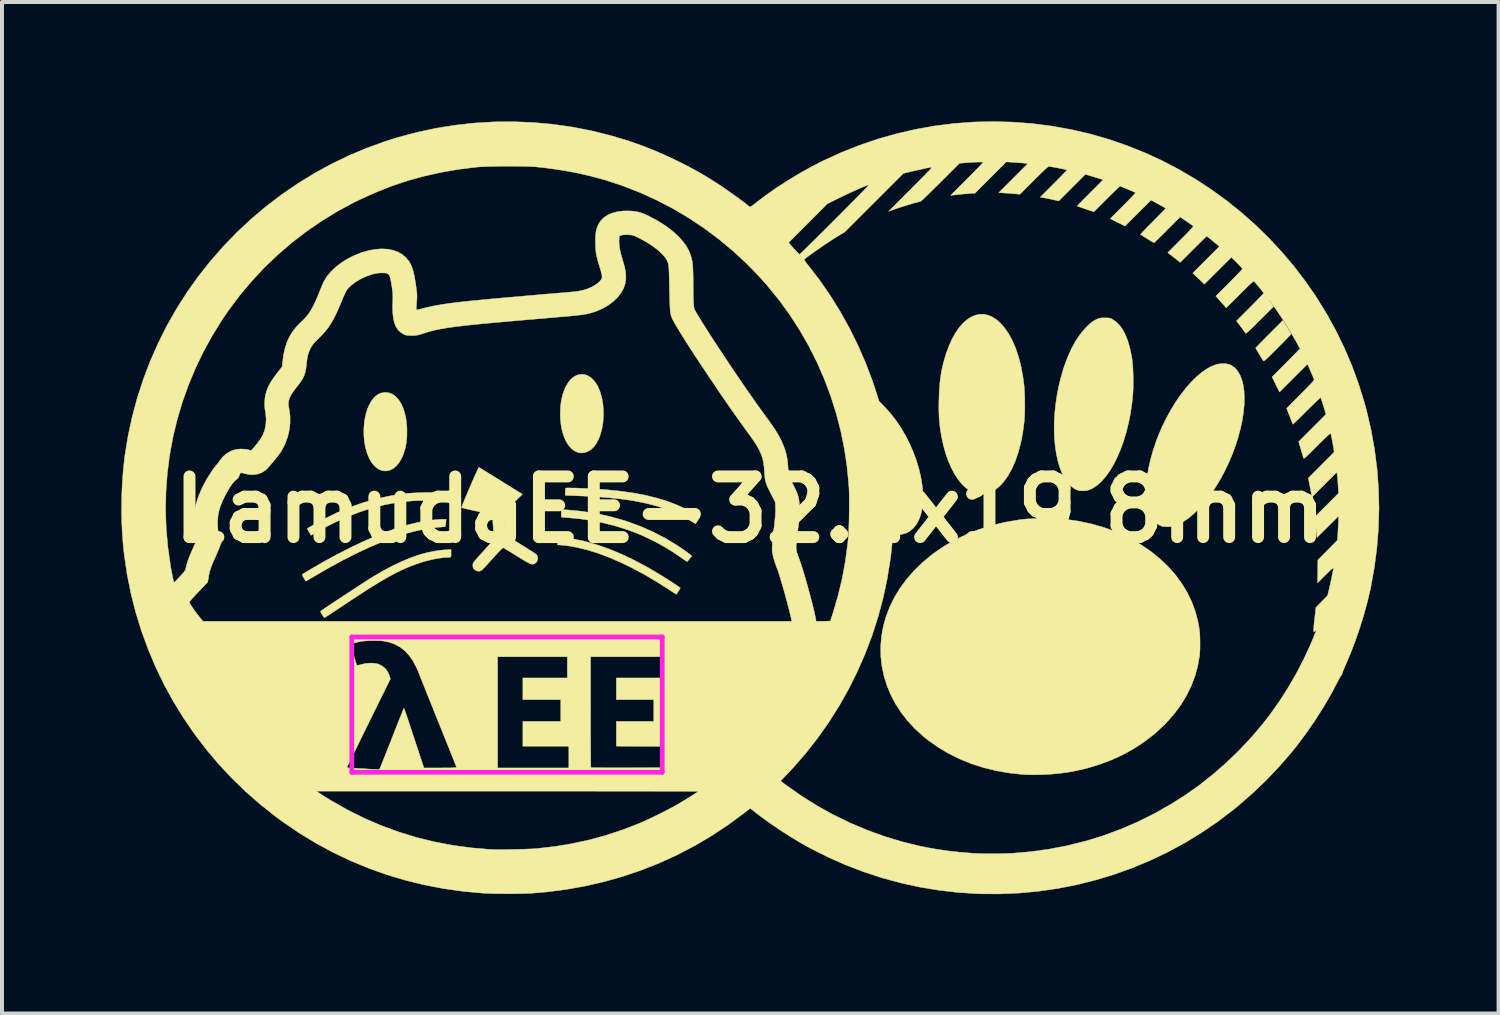
<source format=kicad_pcb>
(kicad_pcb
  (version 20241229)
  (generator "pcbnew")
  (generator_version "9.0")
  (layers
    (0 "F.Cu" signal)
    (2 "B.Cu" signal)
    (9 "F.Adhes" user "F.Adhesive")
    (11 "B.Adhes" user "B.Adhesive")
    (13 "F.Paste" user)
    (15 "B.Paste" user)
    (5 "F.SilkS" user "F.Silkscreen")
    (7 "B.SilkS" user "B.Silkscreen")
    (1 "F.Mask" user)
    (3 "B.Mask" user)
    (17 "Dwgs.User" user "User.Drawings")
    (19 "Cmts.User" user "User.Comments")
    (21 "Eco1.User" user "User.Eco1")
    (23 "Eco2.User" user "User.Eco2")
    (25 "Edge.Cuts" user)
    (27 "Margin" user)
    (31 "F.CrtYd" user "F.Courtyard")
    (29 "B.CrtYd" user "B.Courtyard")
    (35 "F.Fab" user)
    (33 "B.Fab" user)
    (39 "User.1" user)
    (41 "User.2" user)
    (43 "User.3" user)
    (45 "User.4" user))
  (footprint "LamudaEE-32.4x19.8mm"
    (layer "F.Cu")
    (at 15.791 9.757)
    (property "Reference" "LamudaEE-32.4x19.8mm" (at 0 0 0) (layer "F.SilkS") (effects (font (size 1.524 1.524) (thickness 0.3))))
    (attr exclude_from_pos_files exclude_from_bom)
    (fp_poly (pts (xy -4.747 0.694) (xy -4.456 0.731) (xy -4.16 0.792) (xy -3.857 0.877) (xy -3.547 0.984) (xy -3.229 1.115) (xy -2.904 1.27) (xy -2.571 1.448) (xy -2.34 1.582) (xy -2.267 1.627) (xy -2.189 1.675) (xy -2.11 1.725) (xy -2.03 1.775) (xy -1.955 1.824) (xy -1.888 1.868) (xy -1.83 1.907) (xy -1.785 1.938) (xy -1.756 1.958) (xy -1.747 1.967) (xy -1.751 1.981) (xy -1.767 2.01) (xy -1.791 2.047) (xy -1.795 2.052) (xy -1.848 2.129) (xy -2.038 2.003) (xy -2.351 1.805) (xy -2.659 1.624) (xy -2.962 1.462) (xy -3.258 1.319) (xy -3.547 1.195) (xy -3.827 1.091) (xy -4.097 1.008) (xy -4.356 0.946) (xy -4.538 0.914) (xy -4.607 0.904) (xy -4.672 0.897) (xy -4.727 0.891) (xy -4.764 0.889) (xy -4.766 0.889) (xy -4.826 0.889) (xy -4.826 0.686) (xy -4.747 0.694)) (stroke (width 0.01) (type solid)) (fill yes) (layer "F.SilkS"))
    (fp_poly (pts (xy -4.157 -3.397) (xy -4.072 -3.368) (xy -3.99 -3.317) (xy -3.913 -3.242) (xy -3.844 -3.145) (xy -3.809 -3.08) (xy -3.756 -2.948) (xy -3.716 -2.804) (xy -3.69 -2.652) (xy -3.677 -2.495) (xy -3.677 -2.336) (xy -3.69 -2.18) (xy -3.716 -2.03) (xy -3.753 -1.889) (xy -3.803 -1.761) (xy -3.864 -1.65) (xy -3.922 -1.574) (xy -3.998 -1.505) (xy -4.081 -1.456) (xy -4.168 -1.429) (xy -4.257 -1.425) (xy -4.326 -1.44) (xy -4.413 -1.481) (xy -4.493 -1.546) (xy -4.564 -1.631) (xy -4.626 -1.735) (xy -4.677 -1.857) (xy -4.717 -1.994) (xy -4.745 -2.144) (xy -4.76 -2.306) (xy -4.762 -2.411) (xy -4.756 -2.589) (xy -4.735 -2.75) (xy -4.7 -2.898) (xy -4.65 -3.036) (xy -4.628 -3.083) (xy -4.564 -3.193) (xy -4.492 -3.28) (xy -4.413 -3.344) (xy -4.33 -3.384) (xy -4.244 -3.402) (xy -4.157 -3.397)) (stroke (width 0.01) (type solid)) (fill yes) (layer "F.SilkS"))
    (fp_poly (pts (xy 13.452 -4.666) (xy 13.503 -4.585) (xy 13.544 -4.517) (xy 13.576 -4.464) (xy 13.595 -4.428) (xy 13.602 -4.412) (xy 13.593 -4.4) (xy 13.568 -4.373) (xy 13.529 -4.332) (xy 13.478 -4.28) (xy 13.417 -4.217) (xy 13.348 -4.147) (xy 13.272 -4.071) (xy 13.26 -4.059) (xy 13.173 -3.972) (xy 13.102 -3.901) (xy 13.045 -3.845) (xy 13.001 -3.803) (xy 12.968 -3.772) (xy 12.944 -3.752) (xy 12.927 -3.74) (xy 12.916 -3.736) (xy 12.908 -3.737) (xy 12.903 -3.743) (xy 12.9 -3.748) (xy 12.87 -3.795) (xy 12.837 -3.849) (xy 12.804 -3.905) (xy 12.772 -3.958) (xy 12.744 -4.005) (xy 12.724 -4.04) (xy 12.714 -4.06) (xy 12.713 -4.062) (xy 12.721 -4.073) (xy 12.746 -4.099) (xy 12.785 -4.14) (xy 12.836 -4.192) (xy 12.897 -4.254) (xy 12.966 -4.324) (xy 13.042 -4.4) (xy 13.054 -4.412) (xy 13.396 -4.754) (xy 13.452 -4.666)) (stroke (width 0.01) (type solid)) (fill yes) (layer "F.SilkS"))
    (fp_poly (pts (xy -9.062 -2.934) (xy -8.976 -2.899) (xy -8.897 -2.842) (xy -8.825 -2.764) (xy -8.763 -2.666) (xy -8.71 -2.551) (xy -8.668 -2.419) (xy -8.637 -2.271) (xy -8.619 -2.11) (xy -8.614 -2.032) (xy -8.615 -1.842) (xy -8.632 -1.668) (xy -8.666 -1.508) (xy -8.718 -1.358) (xy -8.743 -1.302) (xy -8.803 -1.195) (xy -8.872 -1.108) (xy -8.948 -1.041) (xy -9.031 -0.996) (xy -9.117 -0.973) (xy -9.205 -0.974) (xy -9.22 -0.977) (xy -9.298 -1.002) (xy -9.372 -1.048) (xy -9.437 -1.105) (xy -9.51 -1.196) (xy -9.571 -1.305) (xy -9.62 -1.431) (xy -9.658 -1.569) (xy -9.684 -1.716) (xy -9.697 -1.868) (xy -9.698 -2.024) (xy -9.687 -2.177) (xy -9.664 -2.327) (xy -9.628 -2.469) (xy -9.579 -2.599) (xy -9.517 -2.715) (xy -9.494 -2.749) (xy -9.424 -2.833) (xy -9.349 -2.893) (xy -9.268 -2.93) (xy -9.178 -2.945) (xy -9.156 -2.946) (xy -9.062 -2.934)) (stroke (width 0.01) (type solid)) (fill yes) (layer "F.SilkS"))
    (fp_poly (pts (xy -7.957 -0.427) (xy -7.934 -0.426) (xy -7.785 -0.417) (xy -7.785 -0.338) (xy -7.787 -0.295) (xy -7.791 -0.261) (xy -7.795 -0.246) (xy -7.809 -0.241) (xy -7.845 -0.237) (xy -7.904 -0.235) (xy -7.987 -0.233) (xy -8.093 -0.232) (xy -8.115 -0.232) (xy -8.396 -0.226) (xy -8.663 -0.205) (xy -8.924 -0.17) (xy -9.183 -0.12) (xy -9.45 -0.052) (xy -9.614 -0.004) (xy -9.814 0.063) (xy -10.026 0.144) (xy -10.243 0.237) (xy -10.459 0.337) (xy -10.667 0.442) (xy -10.86 0.549) (xy -10.862 0.55) (xy -11.024 0.645) (xy -11.074 0.562) (xy -11.124 0.478) (xy -11.026 0.419) (xy -10.704 0.238) (xy -10.375 0.077) (xy -10.039 -0.063) (xy -9.7 -0.181) (xy -9.359 -0.277) (xy -9.02 -0.35) (xy -8.683 -0.4) (xy -8.629 -0.406) (xy -8.521 -0.415) (xy -8.402 -0.422) (xy -8.28 -0.427) (xy -8.16 -0.43) (xy -8.05 -0.43) (xy -7.957 -0.427)) (stroke (width 0.01) (type solid)) (fill yes) (layer "F.SilkS"))
    (fp_poly (pts (xy -4.696 0.000131) (xy -4.655 0.002) (xy -4.595 0.006) (xy -4.52 0.012) (xy -4.436 0.019) (xy -4.348 0.028) (xy -4.262 0.037) (xy -4.191 0.046) (xy -3.826 0.103) (xy -3.466 0.184) (xy -3.113 0.286) (xy -2.769 0.411) (xy -2.437 0.556) (xy -2.117 0.721) (xy -1.813 0.906) (xy -1.682 0.994) (xy -1.626 1.034) (xy -1.573 1.072) (xy -1.53 1.104) (xy -1.501 1.126) (xy -1.499 1.128) (xy -1.456 1.164) (xy -1.511 1.233) (xy -1.539 1.268) (xy -1.561 1.293) (xy -1.573 1.305) (xy -1.573 1.305) (xy -1.586 1.299) (xy -1.615 1.28) (xy -1.657 1.252) (xy -1.709 1.216) (xy -1.74 1.194) (xy -1.919 1.073) (xy -2.115 0.952) (xy -2.321 0.836) (xy -2.53 0.73) (xy -2.733 0.636) (xy -2.82 0.599) (xy -3.105 0.494) (xy -3.406 0.402) (xy -3.715 0.326) (xy -4.026 0.266) (xy -4.332 0.224) (xy -4.489 0.21) (xy -4.55 0.205) (xy -4.613 0.2) (xy -4.663 0.195) (xy -4.664 0.195) (xy -4.737 0.188) (xy -4.737 0) (xy -4.696 0.000131)) (stroke (width 0.01) (type solid)) (fill yes) (layer "F.SilkS"))
    (fp_poly (pts (xy -4.442 -0.544) (xy -4.354 -0.542) (xy -4.255 -0.538) (xy -4.148 -0.534) (xy -4.036 -0.528) (xy -3.921 -0.522) (xy -3.806 -0.515) (xy -3.695 -0.507) (xy -3.619 -0.502) (xy -3.264 -0.467) (xy -2.931 -0.42) (xy -2.619 -0.361) (xy -2.328 -0.29) (xy -2.058 -0.206) (xy -1.807 -0.109) (xy -1.575 0.001) (xy -1.361 0.124) (xy -1.348 0.132) (xy -1.255 0.192) (xy -1.277 0.226) (xy -1.317 0.287) (xy -1.345 0.329) (xy -1.361 0.351) (xy -1.364 0.355) (xy -1.374 0.349) (xy -1.402 0.332) (xy -1.441 0.307) (xy -1.467 0.291) (xy -1.652 0.184) (xy -1.857 0.086) (xy -2.075 -0.003) (xy -2.303 -0.079) (xy -2.351 -0.093) (xy -2.526 -0.14) (xy -2.707 -0.181) (xy -2.897 -0.218) (xy -3.099 -0.25) (xy -3.314 -0.277) (xy -3.544 -0.3) (xy -3.793 -0.32) (xy -4.062 -0.336) (xy -4.354 -0.349) (xy -4.397 -0.351) (xy -4.636 -0.359) (xy -4.635 -0.443) (xy -4.634 -0.488) (xy -4.63 -0.523) (xy -4.626 -0.54) (xy -4.611 -0.544) (xy -4.573 -0.545) (xy -4.516 -0.545) (xy -4.442 -0.544)) (stroke (width 0.01) (type solid)) (fill yes) (layer "F.SilkS"))
    (fp_poly (pts (xy -7.638 0.333) (xy -7.642 0.377) (xy -7.646 0.411) (xy -7.649 0.426) (xy -7.649 0.426) (xy -7.662 0.428) (xy -7.696 0.431) (xy -7.745 0.436) (xy -7.807 0.441) (xy -7.831 0.443) (xy -8.081 0.473) (xy -8.344 0.524) (xy -8.622 0.595) (xy -8.913 0.687) (xy -9.218 0.801) (xy -9.537 0.935) (xy -9.871 1.09) (xy -10.218 1.266) (xy -10.58 1.463) (xy -10.954 1.68) (xy -11.016 1.717) (xy -11.071 1.75) (xy -11.114 1.776) (xy -11.142 1.792) (xy -11.152 1.798) (xy -11.161 1.79) (xy -11.179 1.765) (xy -11.202 1.727) (xy -11.207 1.719) (xy -11.229 1.678) (xy -11.243 1.645) (xy -11.245 1.627) (xy -11.244 1.626) (xy -11.23 1.617) (xy -11.198 1.597) (xy -11.151 1.568) (xy -11.093 1.534) (xy -11.03 1.496) (xy -10.683 1.295) (xy -10.345 1.112) (xy -10.017 0.945) (xy -9.701 0.795) (xy -9.397 0.662) (xy -9.106 0.548) (xy -8.828 0.452) (xy -8.565 0.374) (xy -8.317 0.315) (xy -8.195 0.293) (xy -8.084 0.276) (xy -7.972 0.261) (xy -7.866 0.25) (xy -7.772 0.243) (xy -7.706 0.241) (xy -7.629 0.241) (xy -7.638 0.333)) (stroke (width 0.01) (type solid)) (fill yes) (layer "F.SilkS"))
    (fp_poly (pts (xy -7.506 1.097) (xy -7.506 1.146) (xy -7.509 1.175) (xy -7.515 1.189) (xy -7.526 1.194) (xy -7.534 1.194) (xy -7.68 1.203) (xy -7.841 1.225) (xy -8.009 1.258) (xy -8.179 1.302) (xy -8.28 1.333) (xy -8.4 1.374) (xy -8.517 1.419) (xy -8.635 1.467) (xy -8.754 1.521) (xy -8.876 1.581) (xy -9.005 1.648) (xy -9.141 1.724) (xy -9.286 1.809) (xy -9.444 1.905) (xy -9.615 2.012) (xy -9.801 2.133) (xy -10.005 2.267) (xy -10.089 2.323) (xy -10.192 2.392) (xy -10.291 2.457) (xy -10.382 2.517) (xy -10.463 2.571) (xy -10.532 2.617) (xy -10.587 2.653) (xy -10.626 2.678) (xy -10.645 2.69) (xy -10.692 2.719) (xy -10.743 2.639) (xy -10.769 2.598) (xy -10.782 2.572) (xy -10.785 2.557) (xy -10.777 2.546) (xy -10.773 2.542) (xy -10.747 2.524) (xy -10.703 2.494) (xy -10.643 2.454) (xy -10.568 2.404) (xy -10.483 2.347) (xy -10.388 2.284) (xy -10.286 2.217) (xy -10.181 2.148) (xy -10.074 2.078) (xy -9.968 2.008) (xy -9.865 1.941) (xy -9.768 1.878) (xy -9.68 1.82) (xy -9.602 1.77) (xy -9.537 1.729) (xy -9.488 1.698) (xy -9.461 1.681) (xy -9.207 1.534) (xy -8.966 1.407) (xy -8.737 1.298) (xy -8.518 1.207) (xy -8.307 1.134) (xy -8.103 1.078) (xy -7.904 1.038) (xy -7.708 1.013) (xy -7.646 1.009) (xy -7.506 1) (xy -7.506 1.097)) (stroke (width 0.01) (type solid)) (fill yes) (layer "F.SilkS"))
    (fp_poly (pts (xy 11.934 -3.668) (xy 11.996 -3.662) (xy 12.045 -3.651) (xy 12.089 -3.632) (xy 12.102 -3.625) (xy 12.187 -3.565) (xy 12.259 -3.484) (xy 12.319 -3.383) (xy 12.366 -3.265) (xy 12.4 -3.13) (xy 12.421 -2.98) (xy 12.429 -2.817) (xy 12.425 -2.641) (xy 12.408 -2.454) (xy 12.378 -2.257) (xy 12.335 -2.052) (xy 12.279 -1.84) (xy 12.211 -1.622) (xy 12.129 -1.401) (xy 12.107 -1.346) (xy 12.011 -1.124) (xy 11.905 -0.91) (xy 11.791 -0.705) (xy 11.67 -0.512) (xy 11.544 -0.333) (xy 11.415 -0.167) (xy 11.282 -0.019) (xy 11.148 0.112) (xy 11.014 0.222) (xy 10.881 0.312) (xy 10.751 0.378) (xy 10.734 0.385) (xy 10.677 0.405) (xy 10.626 0.418) (xy 10.569 0.425) (xy 10.516 0.427) (xy 10.459 0.428) (xy 10.409 0.426) (xy 10.373 0.423) (xy 10.363 0.421) (xy 10.271 0.377) (xy 10.188 0.312) (xy 10.117 0.226) (xy 10.058 0.122) (xy 10.013 0.001) (xy 10.003 -0.038) (xy 9.973 -0.206) (xy 9.96 -0.391) (xy 9.963 -0.591) (xy 9.983 -0.803) (xy 10.018 -1.025) (xy 10.07 -1.256) (xy 10.136 -1.493) (xy 10.218 -1.734) (xy 10.264 -1.854) (xy 10.36 -2.079) (xy 10.465 -2.296) (xy 10.579 -2.503) (xy 10.7 -2.7) (xy 10.826 -2.883) (xy 10.956 -3.052) (xy 11.09 -3.204) (xy 11.225 -3.338) (xy 11.36 -3.451) (xy 11.493 -3.543) (xy 11.587 -3.594) (xy 11.684 -3.635) (xy 11.773 -3.659) (xy 11.861 -3.669) (xy 11.934 -3.668)) (stroke (width 0.01) (type solid)) (fill yes) (layer "F.SilkS"))
    (fp_poly (pts (xy 5.887 -4.909) (xy 5.996 -4.885) (xy 6.105 -4.837) (xy 6.212 -4.765) (xy 6.292 -4.695) (xy 6.407 -4.564) (xy 6.511 -4.41) (xy 6.605 -4.236) (xy 6.688 -4.041) (xy 6.758 -3.826) (xy 6.817 -3.594) (xy 6.864 -3.343) (xy 6.891 -3.143) (xy 6.899 -3.049) (xy 6.905 -2.937) (xy 6.91 -2.813) (xy 6.912 -2.683) (xy 6.912 -2.553) (xy 6.91 -2.429) (xy 6.905 -2.318) (xy 6.898 -2.226) (xy 6.897 -2.216) (xy 6.861 -1.939) (xy 6.811 -1.68) (xy 6.748 -1.441) (xy 6.673 -1.222) (xy 6.585 -1.023) (xy 6.486 -0.847) (xy 6.474 -0.829) (xy 6.376 -0.694) (xy 6.273 -0.584) (xy 6.166 -0.498) (xy 6.056 -0.436) (xy 5.942 -0.4) (xy 5.825 -0.388) (xy 5.746 -0.394) (xy 5.636 -0.422) (xy 5.529 -0.475) (xy 5.426 -0.55) (xy 5.327 -0.646) (xy 5.233 -0.763) (xy 5.145 -0.898) (xy 5.064 -1.051) (xy 4.99 -1.22) (xy 4.925 -1.404) (xy 4.869 -1.601) (xy 4.823 -1.81) (xy 4.808 -1.896) (xy 4.788 -2.021) (xy 4.773 -2.136) (xy 4.763 -2.246) (xy 4.756 -2.357) (xy 4.752 -2.476) (xy 4.751 -2.607) (xy 4.753 -2.759) (xy 4.754 -2.76) (xy 4.761 -2.969) (xy 4.774 -3.159) (xy 4.795 -3.335) (xy 4.823 -3.503) (xy 4.86 -3.667) (xy 4.907 -3.834) (xy 4.94 -3.937) (xy 5.01 -4.126) (xy 5.087 -4.296) (xy 5.172 -4.446) (xy 5.263 -4.577) (xy 5.359 -4.686) (xy 5.459 -4.775) (xy 5.563 -4.842) (xy 5.669 -4.887) (xy 5.778 -4.909) (xy 5.887 -4.909)) (stroke (width 0.01) (type solid)) (fill yes) (layer "F.SilkS"))
    (fp_poly (pts (xy 8.921 -4.82) (xy 8.985 -4.819) (xy 9.03 -4.815) (xy 9.063 -4.808) (xy 9.093 -4.796) (xy 9.1 -4.792) (xy 9.2 -4.725) (xy 9.291 -4.636) (xy 9.371 -4.525) (xy 9.441 -4.391) (xy 9.502 -4.235) (xy 9.553 -4.056) (xy 9.595 -3.854) (xy 9.609 -3.766) (xy 9.618 -3.689) (xy 9.625 -3.593) (xy 9.631 -3.483) (xy 9.635 -3.364) (xy 9.637 -3.243) (xy 9.637 -3.126) (xy 9.634 -3.017) (xy 9.629 -2.923) (xy 9.628 -2.902) (xy 9.601 -2.65) (xy 9.564 -2.405) (xy 9.516 -2.167) (xy 9.459 -1.938) (xy 9.393 -1.72) (xy 9.319 -1.514) (xy 9.237 -1.322) (xy 9.149 -1.145) (xy 9.055 -0.985) (xy 8.955 -0.844) (xy 8.85 -0.722) (xy 8.742 -0.622) (xy 8.63 -0.545) (xy 8.578 -0.519) (xy 8.523 -0.495) (xy 8.474 -0.482) (xy 8.419 -0.476) (xy 8.389 -0.474) (xy 8.336 -0.474) (xy 8.29 -0.476) (xy 8.258 -0.48) (xy 8.255 -0.481) (xy 8.156 -0.527) (xy 8.066 -0.595) (xy 7.984 -0.684) (xy 7.911 -0.792) (xy 7.846 -0.919) (xy 7.79 -1.062) (xy 7.743 -1.221) (xy 7.705 -1.392) (xy 7.677 -1.576) (xy 7.658 -1.77) (xy 7.649 -1.973) (xy 7.65 -2.183) (xy 7.662 -2.399) (xy 7.683 -2.619) (xy 7.715 -2.843) (xy 7.757 -3.067) (xy 7.81 -3.291) (xy 7.874 -3.514) (xy 7.9 -3.594) (xy 7.987 -3.83) (xy 8.082 -4.042) (xy 8.185 -4.231) (xy 8.297 -4.399) (xy 8.419 -4.546) (xy 8.463 -4.592) (xy 8.522 -4.65) (xy 8.571 -4.693) (xy 8.614 -4.725) (xy 8.658 -4.752) (xy 8.693 -4.77) (xy 8.74 -4.793) (xy 8.777 -4.807) (xy 8.812 -4.815) (xy 8.852 -4.819) (xy 8.908 -4.82) (xy 8.921 -4.82)) (stroke (width 0.01) (type solid)) (fill yes) (layer "F.SilkS"))
    (fp_poly (pts (xy 7.518 0.223) (xy 7.633 0.225) (xy 7.739 0.228) (xy 7.831 0.232) (xy 7.904 0.237) (xy 7.918 0.239) (xy 8.261 0.289) (xy 8.591 0.359) (xy 8.906 0.449) (xy 9.207 0.559) (xy 9.493 0.688) (xy 9.762 0.837) (xy 9.838 0.884) (xy 10.084 1.054) (xy 10.308 1.235) (xy 10.511 1.429) (xy 10.693 1.634) (xy 10.852 1.849) (xy 10.989 2.074) (xy 11.103 2.309) (xy 11.194 2.553) (xy 11.262 2.805) (xy 11.297 3) (xy 11.305 3.076) (xy 11.311 3.171) (xy 11.314 3.277) (xy 11.315 3.387) (xy 11.314 3.493) (xy 11.309 3.589) (xy 11.303 3.667) (xy 11.302 3.671) (xy 11.258 3.928) (xy 11.189 4.181) (xy 11.095 4.427) (xy 10.978 4.666) (xy 10.838 4.898) (xy 10.674 5.121) (xy 10.488 5.335) (xy 10.402 5.423) (xy 10.172 5.634) (xy 9.924 5.826) (xy 9.66 6.001) (xy 9.38 6.156) (xy 9.085 6.292) (xy 8.776 6.407) (xy 8.455 6.503) (xy 8.121 6.578) (xy 8.088 6.584) (xy 7.915 6.611) (xy 7.728 6.633) (xy 7.532 6.65) (xy 7.335 6.66) (xy 7.143 6.663) (xy 6.965 6.66) (xy 6.864 6.655) (xy 6.521 6.618) (xy 6.188 6.56) (xy 5.867 6.481) (xy 5.558 6.381) (xy 5.262 6.26) (xy 4.98 6.119) (xy 4.713 5.958) (xy 4.461 5.778) (xy 4.356 5.692) (xy 4.15 5.505) (xy 3.965 5.305) (xy 3.802 5.095) (xy 3.661 4.876) (xy 3.541 4.649) (xy 3.445 4.415) (xy 3.371 4.175) (xy 3.32 3.93) (xy 3.293 3.682) (xy 3.29 3.431) (xy 3.311 3.179) (xy 3.357 2.927) (xy 3.424 2.686) (xy 3.519 2.44) (xy 3.637 2.2) (xy 3.778 1.969) (xy 3.942 1.747) (xy 4.128 1.534) (xy 4.335 1.332) (xy 4.563 1.142) (xy 4.633 1.089) (xy 4.891 0.913) (xy 5.165 0.756) (xy 5.455 0.617) (xy 5.76 0.497) (xy 6.077 0.397) (xy 6.405 0.318) (xy 6.743 0.259) (xy 6.902 0.239) (xy 6.971 0.233) (xy 7.06 0.229) (xy 7.164 0.226) (xy 7.279 0.224) (xy 7.398 0.223) (xy 7.518 0.223)) (stroke (width 0.01) (type solid)) (fill yes) (layer "F.SilkS"))
    (fp_poly (pts (xy -6.794 -1.057) (xy -6.762 -1.037) (xy -6.713 -1.007) (xy -6.649 -0.967) (xy -6.571 -0.919) (xy -6.482 -0.864) (xy -6.384 -0.804) (xy -6.279 -0.739) (xy -6.256 -0.724) (xy -5.714 -0.387) (xy -5.948 -0.159) (xy -6.182 0.07) (xy -6.158 0.354) (xy -6.151 0.436) (xy -6.145 0.509) (xy -6.139 0.57) (xy -6.135 0.614) (xy -6.132 0.638) (xy -6.131 0.641) (xy -6.12 0.648) (xy -6.09 0.667) (xy -6.043 0.696) (xy -5.981 0.734) (xy -5.909 0.779) (xy -5.827 0.83) (xy -5.753 0.875) (xy -5.664 0.93) (xy -5.582 0.982) (xy -5.508 1.029) (xy -5.446 1.069) (xy -5.398 1.101) (xy -5.367 1.123) (xy -5.357 1.132) (xy -5.332 1.178) (xy -5.327 1.232) (xy -5.339 1.284) (xy -5.367 1.329) (xy -5.399 1.353) (xy -5.422 1.364) (xy -5.444 1.37) (xy -5.468 1.371) (xy -5.496 1.366) (xy -5.531 1.352) (xy -5.575 1.33) (xy -5.632 1.299) (xy -5.704 1.256) (xy -5.793 1.201) (xy -5.849 1.167) (xy -5.932 1.115) (xy -6.008 1.068) (xy -6.075 1.028) (xy -6.131 0.995) (xy -6.171 0.971) (xy -6.194 0.959) (xy -6.198 0.957) (xy -6.211 0.966) (xy -6.24 0.992) (xy -6.283 1.034) (xy -6.337 1.091) (xy -6.402 1.162) (xy -6.47 1.238) (xy -6.536 1.31) (xy -6.596 1.377) (xy -6.651 1.435) (xy -6.696 1.482) (xy -6.73 1.516) (xy -6.75 1.534) (xy -6.754 1.536) (xy -6.81 1.549) (xy -6.869 1.537) (xy -6.892 1.525) (xy -6.933 1.492) (xy -6.954 1.451) (xy -6.96 1.4) (xy -6.959 1.383) (xy -6.958 1.368) (xy -6.953 1.352) (xy -6.943 1.333) (xy -6.926 1.309) (xy -6.901 1.278) (xy -6.866 1.236) (xy -6.819 1.183) (xy -6.759 1.116) (xy -6.683 1.031) (xy -6.681 1.029) (xy -6.62 0.961) (xy -6.564 0.899) (xy -6.516 0.845) (xy -6.478 0.802) (xy -6.452 0.772) (xy -6.441 0.759) (xy -6.436 0.749) (xy -6.432 0.731) (xy -6.431 0.702) (xy -6.432 0.66) (xy -6.435 0.601) (xy -6.44 0.523) (xy -6.446 0.442) (xy -6.453 0.354) (xy -6.46 0.276) (xy -6.468 0.212) (xy -6.474 0.164) (xy -6.48 0.137) (xy -6.482 0.132) (xy -6.498 0.126) (xy -6.535 0.115) (xy -6.59 0.101) (xy -6.661 0.084) (xy -6.744 0.065) (xy -6.836 0.044) (xy -6.864 0.038) (xy -6.958 0.018) (xy -7.043 -0.001) (xy -7.117 -0.019) (xy -7.177 -0.033) (xy -7.22 -0.044) (xy -7.241 -0.05) (xy -7.243 -0.051) (xy -7.24 -0.064) (xy -7.229 -0.097) (xy -7.209 -0.148) (xy -7.183 -0.213) (xy -7.151 -0.289) (xy -7.115 -0.374) (xy -7.077 -0.465) (xy -7.036 -0.559) (xy -6.996 -0.652) (xy -6.956 -0.743) (xy -6.919 -0.828) (xy -6.884 -0.904) (xy -6.855 -0.969) (xy -6.831 -1.019) (xy -6.815 -1.052) (xy -6.807 -1.064) (xy -6.806 -1.064) (xy -6.794 -1.057)) (stroke (width 0.01) (type solid)) (fill yes) (layer "F.SilkS"))
    (fp_poly (pts (xy 6.609 -9.739) (xy 7.1 -9.702) (xy 7.59 -9.639) (xy 8.079 -9.551) (xy 8.09 -9.549) (xy 8.565 -9.438) (xy 9.031 -9.303) (xy 9.487 -9.146) (xy 9.933 -8.967) (xy 10.369 -8.766) (xy 10.793 -8.544) (xy 11.204 -8.303) (xy 11.603 -8.041) (xy 11.988 -7.762) (xy 12.359 -7.463) (xy 12.715 -7.148) (xy 13.055 -6.815) (xy 13.378 -6.467) (xy 13.685 -6.103) (xy 13.974 -5.724) (xy 14.244 -5.331) (xy 14.495 -4.924) (xy 14.726 -4.505) (xy 14.937 -4.073) (xy 15.127 -3.63) (xy 15.294 -3.176) (xy 15.439 -2.712) (xy 15.5 -2.489) (xy 15.613 -2.001) (xy 15.7 -1.512) (xy 15.763 -1.02) (xy 15.8 -0.527) (xy 15.812 -0.033) (xy 15.798 0.462) (xy 15.759 0.957) (xy 15.695 1.451) (xy 15.606 1.946) (xy 15.589 2.026) (xy 15.517 2.329) (xy 15.431 2.643) (xy 15.333 2.96) (xy 15.225 3.275) (xy 15.11 3.579) (xy 14.989 3.866) (xy 14.972 3.905) (xy 14.944 3.968) (xy 14.92 4.026) (xy 14.901 4.074) (xy 14.891 4.106) (xy 14.889 4.111) (xy 14.88 4.143) (xy 14.866 4.162) (xy 14.865 4.163) (xy 14.853 4.178) (xy 14.833 4.21) (xy 14.809 4.254) (xy 14.795 4.28) (xy 14.623 4.607) (xy 14.431 4.938) (xy 14.224 5.267) (xy 14.005 5.586) (xy 13.78 5.89) (xy 13.621 6.09) (xy 13.312 6.447) (xy 12.984 6.793) (xy 12.639 7.123) (xy 12.283 7.434) (xy 12.148 7.544) (xy 11.757 7.841) (xy 11.353 8.117) (xy 10.936 8.371) (xy 10.507 8.603) (xy 10.068 8.813) (xy 9.619 9) (xy 9.162 9.165) (xy 8.696 9.306) (xy 8.224 9.425) (xy 7.745 9.519) (xy 7.261 9.589) (xy 6.772 9.635) (xy 6.28 9.657) (xy 5.786 9.654) (xy 5.734 9.652) (xy 5.244 9.621) (xy 4.758 9.565) (xy 4.275 9.485) (xy 3.797 9.381) (xy 3.325 9.253) (xy 2.861 9.101) (xy 2.405 8.927) (xy 1.96 8.729) (xy 1.525 8.51) (xy 1.295 8.382) (xy 1.029 8.223) (xy 0.762 8.052) (xy 0.502 7.874) (xy 0.256 7.695) (xy 0.098 7.573) (xy 0.013 7.505) (xy -0.149 7.63) (xy -0.548 7.924) (xy -0.96 8.196) (xy -1.383 8.445) (xy -1.817 8.672) (xy -2.261 8.875) (xy -2.716 9.056) (xy -3.18 9.214) (xy -3.653 9.348) (xy -4.135 9.459) (xy -4.624 9.546) (xy -5.121 9.609) (xy -5.48 9.639) (xy -5.565 9.643) (xy -5.669 9.647) (xy -5.79 9.649) (xy -5.921 9.651) (xy -6.059 9.651) (xy -6.197 9.651) (xy -6.331 9.65) (xy -6.457 9.648) (xy -6.569 9.644) (xy -6.662 9.64) (xy -6.687 9.639) (xy -7.188 9.594) (xy -7.682 9.525) (xy -8.169 9.432) (xy -8.647 9.315) (xy -9.118 9.175) (xy -9.58 9.01) (xy -10.032 8.823) (xy -10.475 8.612) (xy -10.907 8.378) (xy -11.329 8.121) (xy -11.739 7.841) (xy -11.906 7.719) (xy -12.295 7.411) (xy -12.666 7.086) (xy -12.678 7.074) (xy -10.89 7.074) (xy -10.788 7.142) (xy -10.741 7.173) (xy -10.679 7.212) (xy -10.608 7.256) (xy -10.535 7.301) (xy -10.496 7.324) (xy -10.089 7.554) (xy -9.675 7.76) (xy -9.252 7.942) (xy -8.82 8.1) (xy -8.38 8.235) (xy -7.931 8.346) (xy -7.473 8.433) (xy -7.005 8.497) (xy -6.527 8.538) (xy -6.502 8.539) (xy -6.443 8.541) (xy -6.362 8.543) (xy -6.264 8.543) (xy -6.154 8.542) (xy -6.035 8.54) (xy -5.913 8.538) (xy -5.791 8.535) (xy -5.673 8.532) (xy -5.565 8.528) (xy -5.469 8.524) (xy -5.391 8.519) (xy -5.347 8.516) (xy -4.899 8.464) (xy -4.466 8.392) (xy -4.043 8.301) (xy -3.627 8.188) (xy -3.216 8.053) (xy -2.804 7.895) (xy -2.797 7.892) (xy -2.703 7.852) (xy -2.592 7.801) (xy -2.469 7.744) (xy -2.339 7.681) (xy -2.208 7.616) (xy -2.081 7.551) (xy -1.963 7.489) (xy -1.859 7.432) (xy -1.814 7.407) (xy -1.75 7.369) (xy -1.68 7.327) (xy -1.608 7.283) (xy -1.536 7.238) (xy -1.467 7.195) (xy -1.406 7.156) (xy -1.356 7.123) (xy -1.318 7.098) (xy -1.298 7.082) (xy -1.295 7.079) (xy -1.308 7.079) (xy -1.345 7.078) (xy -1.406 7.078) (xy -1.489 7.078) (xy -1.595 7.077) (xy -1.721 7.077) (xy -1.868 7.077) (xy -2.034 7.076) (xy -2.218 7.076) (xy -2.42 7.076) (xy -2.638 7.075) (xy -2.872 7.075) (xy -3.121 7.075) (xy -3.385 7.075) (xy -3.661 7.075) (xy -3.949 7.074) (xy -4.249 7.074) (xy -4.56 7.074) (xy -4.88 7.074) (xy -5.209 7.074) (xy -5.546 7.074) (xy -5.89 7.074) (xy -6.093 7.074) (xy -10.89 7.074) (xy -12.678 7.074) (xy -12.942 6.819) (xy 0.773 6.819) (xy 0.917 6.926) (xy 1.301 7.195) (xy 1.698 7.444) (xy 2.106 7.67) (xy 2.525 7.874) (xy 2.954 8.055) (xy 3.391 8.213) (xy 3.835 8.347) (xy 4.261 8.451) (xy 4.509 8.501) (xy 4.757 8.543) (xy 5.008 8.579) (xy 5.27 8.607) (xy 5.548 8.63) (xy 5.709 8.64) (xy 5.774 8.643) (xy 5.859 8.645) (xy 5.959 8.646) (xy 6.068 8.646) (xy 6.182 8.646) (xy 6.294 8.644) (xy 6.401 8.642) (xy 6.495 8.64) (xy 6.573 8.636) (xy 6.585 8.636) (xy 7.061 8.595) (xy 7.529 8.53) (xy 7.99 8.441) (xy 8.443 8.328) (xy 8.888 8.191) (xy 9.324 8.029) (xy 9.753 7.844) (xy 10.172 7.635) (xy 10.583 7.402) (xy 10.941 7.175) (xy 11.296 6.924) (xy 11.643 6.65) (xy 11.979 6.356) (xy 12.301 6.045) (xy 12.607 5.719) (xy 12.894 5.38) (xy 13.082 5.137) (xy 13.31 4.814) (xy 13.527 4.474) (xy 13.732 4.121) (xy 13.919 3.761) (xy 14.087 3.399) (xy 14.174 3.191) (xy 14.197 3.132) (xy 14.217 3.083) (xy 14.23 3.046) (xy 14.237 3.028) (xy 14.237 3.027) (xy 14.229 3.028) (xy 14.21 3.044) (xy 14.207 3.046) (xy 14.176 3.075) (xy 14.17 3.04) (xy 14.169 3.018) (xy 14.172 2.974) (xy 14.176 2.914) (xy 14.183 2.841) (xy 14.192 2.76) (xy 14.195 2.732) (xy 14.227 2.457) (xy 14.373 2.31) (xy 14.519 2.162) (xy 14.549 2.037) (xy 14.563 1.978) (xy 14.579 1.908) (xy 14.596 1.832) (xy 14.613 1.752) (xy 14.629 1.674) (xy 14.644 1.602) (xy 14.656 1.541) (xy 14.664 1.495) (xy 14.668 1.467) (xy 14.668 1.463) (xy 14.66 1.465) (xy 14.636 1.483) (xy 14.598 1.516) (xy 14.55 1.562) (xy 14.491 1.619) (xy 14.468 1.642) (xy 14.268 1.841) (xy 14.276 1.264) (xy 14.767 0.768) (xy 14.775 0.657) (xy 14.778 0.602) (xy 14.782 0.53) (xy 14.786 0.45) (xy 14.79 0.37) (xy 14.791 0.352) (xy 14.798 0.159) (xy 14.525 0.431) (xy 14.252 0.702) (xy 14.244 0.634) (xy 14.241 0.596) (xy 14.235 0.54) (xy 14.228 0.472) (xy 14.22 0.399) (xy 14.218 0.375) (xy 14.198 0.184) (xy 14.797 -0.415) (xy 14.782 -0.63) (xy 14.777 -0.705) (xy 14.771 -0.774) (xy 14.766 -0.833) (xy 14.761 -0.876) (xy 14.759 -0.892) (xy 14.751 -0.94) (xy 14.44 -0.629) (xy 14.129 -0.317) (xy 14.082 -0.556) (xy 14.036 -0.794) (xy 14.36 -1.119) (xy 14.685 -1.445) (xy 14.676 -1.513) (xy 14.67 -1.551) (xy 14.661 -1.604) (xy 14.65 -1.666) (xy 14.637 -1.732) (xy 14.625 -1.795) (xy 14.613 -1.851) (xy 14.604 -1.893) (xy 14.598 -1.916) (xy 14.598 -1.917) (xy 14.587 -1.914) (xy 14.559 -1.892) (xy 14.515 -1.852) (xy 14.453 -1.794) (xy 14.374 -1.717) (xy 14.277 -1.622) (xy 14.256 -1.6) (xy 14.17 -1.514) (xy 14.1 -1.444) (xy 14.044 -1.39) (xy 14.001 -1.348) (xy 13.969 -1.319) (xy 13.946 -1.3) (xy 13.931 -1.29) (xy 13.922 -1.288) (xy 13.916 -1.291) (xy 13.913 -1.299) (xy 13.912 -1.303) (xy 13.905 -1.328) (xy 13.893 -1.372) (xy 13.876 -1.43) (xy 13.857 -1.495) (xy 13.848 -1.524) (xy 13.793 -1.708) (xy 14.137 -2.052) (xy 14.48 -2.396) (xy 14.417 -2.603) (xy 14.395 -2.671) (xy 14.376 -2.731) (xy 14.36 -2.778) (xy 14.349 -2.808) (xy 14.345 -2.817) (xy 14.335 -2.81) (xy 14.309 -2.787) (xy 14.268 -2.749) (xy 14.216 -2.7) (xy 14.154 -2.64) (xy 14.084 -2.571) (xy 14.009 -2.496) (xy 13.995 -2.483) (xy 13.919 -2.407) (xy 13.848 -2.337) (xy 13.785 -2.275) (xy 13.732 -2.223) (xy 13.69 -2.183) (xy 13.662 -2.157) (xy 13.649 -2.147) (xy 13.649 -2.147) (xy 13.643 -2.16) (xy 13.629 -2.193) (xy 13.61 -2.241) (xy 13.586 -2.301) (xy 13.567 -2.349) (xy 13.49 -2.546) (xy 13.84 -2.898) (xy 13.931 -2.99) (xy 14.006 -3.066) (xy 14.066 -3.128) (xy 14.111 -3.176) (xy 14.144 -3.213) (xy 14.166 -3.24) (xy 14.178 -3.258) (xy 14.181 -3.27) (xy 14.181 -3.272) (xy 14.173 -3.292) (xy 14.157 -3.33) (xy 14.135 -3.382) (xy 14.109 -3.443) (xy 14.094 -3.478) (xy 14.016 -3.659) (xy 13.664 -3.307) (xy 13.312 -2.955) (xy 13.125 -3.334) (xy 13.477 -3.689) (xy 13.829 -4.045) (xy 13.737 -4.21) (xy 13.622 -4.412) (xy 13.509 -4.601) (xy 13.39 -4.787) (xy 13.343 -4.858) (xy 13.292 -4.933) (xy 13.241 -5.007) (xy 13.192 -5.078) (xy 13.147 -5.142) (xy 13.107 -5.196) (xy 13.076 -5.237) (xy 13.055 -5.263) (xy 13.046 -5.271) (xy 13.051 -5.261) (xy 13.067 -5.236) (xy 13.091 -5.2) (xy 13.101 -5.186) (xy 13.161 -5.102) (xy 12.815 -4.758) (xy 12.726 -4.669) (xy 12.653 -4.596) (xy 12.594 -4.539) (xy 12.548 -4.496) (xy 12.514 -4.465) (xy 12.489 -4.445) (xy 12.473 -4.434) (xy 12.463 -4.432) (xy 12.458 -4.435) (xy 12.446 -4.453) (xy 12.422 -4.486) (xy 12.389 -4.531) (xy 12.351 -4.584) (xy 12.338 -4.6) (xy 12.231 -4.743) (xy 12.574 -5.086) (xy 12.65 -5.163) (xy 12.721 -5.235) (xy 12.783 -5.299) (xy 12.836 -5.353) (xy 12.877 -5.396) (xy 12.904 -5.426) (xy 12.916 -5.44) (xy 12.916 -5.44) (xy 12.908 -5.453) (xy 12.887 -5.481) (xy 12.857 -5.519) (xy 12.821 -5.564) (xy 12.782 -5.612) (xy 12.744 -5.657) (xy 12.71 -5.696) (xy 12.684 -5.725) (xy 12.672 -5.738) (xy 12.664 -5.738) (xy 12.649 -5.73) (xy 12.626 -5.712) (xy 12.592 -5.683) (xy 12.548 -5.642) (xy 12.491 -5.587) (xy 12.419 -5.516) (xy 12.331 -5.429) (xy 12.314 -5.411) (xy 11.973 -5.071) (xy 11.843 -5.218) (xy 11.712 -5.366) (xy 12.047 -5.702) (xy 12.123 -5.779) (xy 12.193 -5.85) (xy 12.254 -5.913) (xy 12.306 -5.967) (xy 12.346 -6.01) (xy 12.372 -6.038) (xy 12.382 -6.052) (xy 12.383 -6.052) (xy 12.374 -6.065) (xy 12.35 -6.092) (xy 12.315 -6.13) (xy 12.27 -6.176) (xy 12.243 -6.204) (xy 12.103 -6.343) (xy 11.763 -6.005) (xy 11.424 -5.666) (xy 11.278 -5.805) (xy 11.132 -5.944) (xy 11.467 -6.279) (xy 11.802 -6.614) (xy 11.646 -6.742) (xy 11.593 -6.786) (xy 11.547 -6.823) (xy 11.51 -6.851) (xy 11.488 -6.868) (xy 11.483 -6.871) (xy 11.472 -6.862) (xy 11.446 -6.837) (xy 11.405 -6.799) (xy 11.353 -6.748) (xy 11.292 -6.687) (xy 11.222 -6.618) (xy 11.147 -6.543) (xy 11.146 -6.542) (xy 10.817 -6.213) (xy 10.661 -6.336) (xy 10.504 -6.458) (xy 10.83 -6.785) (xy 10.916 -6.871) (xy 10.985 -6.941) (xy 11.039 -6.997) (xy 11.08 -7.04) (xy 11.109 -7.073) (xy 11.128 -7.096) (xy 11.138 -7.112) (xy 11.141 -7.123) (xy 11.138 -7.13) (xy 11.138 -7.13) (xy 11.121 -7.144) (xy 11.087 -7.168) (xy 11.041 -7.201) (xy 10.987 -7.238) (xy 10.967 -7.251) (xy 10.815 -7.354) (xy 10.49 -7.03) (xy 10.416 -6.955) (xy 10.347 -6.887) (xy 10.286 -6.827) (xy 10.234 -6.776) (xy 10.194 -6.738) (xy 10.168 -6.714) (xy 10.158 -6.706) (xy 10.146 -6.712) (xy 10.117 -6.729) (xy 10.075 -6.754) (xy 10.026 -6.784) (xy 9.973 -6.817) (xy 9.922 -6.849) (xy 9.876 -6.878) (xy 9.841 -6.9) (xy 9.821 -6.914) (xy 9.818 -6.916) (xy 9.825 -6.926) (xy 9.849 -6.952) (xy 9.886 -6.992) (xy 9.936 -7.043) (xy 9.995 -7.105) (xy 10.063 -7.173) (xy 10.135 -7.245) (xy 10.209 -7.32) (xy 10.276 -7.388) (xy 10.336 -7.449) (xy 10.385 -7.5) (xy 10.422 -7.539) (xy 10.445 -7.564) (xy 10.452 -7.573) (xy 10.437 -7.583) (xy 10.404 -7.602) (xy 10.36 -7.627) (xy 10.308 -7.656) (xy 10.253 -7.687) (xy 10.202 -7.715) (xy 10.176 -7.729) (xy 10.083 -7.778) (xy 9.757 -7.453) (xy 9.43 -7.127) (xy 9.244 -7.219) (xy 9.057 -7.311) (xy 9.38 -7.634) (xy 9.454 -7.708) (xy 9.521 -7.777) (xy 9.58 -7.838) (xy 9.629 -7.889) (xy 9.665 -7.929) (xy 9.687 -7.954) (xy 9.693 -7.964) (xy 9.678 -7.973) (xy 9.644 -7.989) (xy 9.596 -8.01) (xy 9.541 -8.034) (xy 9.481 -8.059) (xy 9.423 -8.083) (xy 9.372 -8.104) (xy 9.332 -8.119) (xy 9.308 -8.127) (xy 9.305 -8.128) (xy 9.293 -8.119) (xy 9.265 -8.095) (xy 9.223 -8.056) (xy 9.17 -8.005) (xy 9.108 -7.944) (xy 9.038 -7.876) (xy 8.968 -7.806) (xy 8.646 -7.484) (xy 8.441 -7.554) (xy 8.373 -7.578) (xy 8.314 -7.598) (xy 8.268 -7.615) (xy 8.239 -7.625) (xy 8.23 -7.629) (xy 8.238 -7.639) (xy 8.261 -7.664) (xy 8.298 -7.704) (xy 8.348 -7.755) (xy 8.408 -7.816) (xy 8.476 -7.885) (xy 8.551 -7.96) (xy 8.552 -7.962) (xy 8.88 -8.29) (xy 8.736 -8.335) (xy 8.669 -8.356) (xy 8.603 -8.376) (xy 8.544 -8.393) (xy 8.511 -8.403) (xy 8.431 -8.425) (xy 8.097 -8.091) (xy 7.764 -7.757) (xy 7.593 -7.796) (xy 7.525 -7.811) (xy 7.459 -7.824) (xy 7.404 -7.835) (xy 7.365 -7.842) (xy 7.361 -7.843) (xy 7.3 -7.852) (xy 7.64 -8.193) (xy 7.716 -8.269) (xy 7.786 -8.34) (xy 7.848 -8.403) (xy 7.899 -8.456) (xy 7.939 -8.498) (xy 7.965 -8.526) (xy 7.975 -8.538) (xy 7.975 -8.539) (xy 7.962 -8.542) (xy 7.928 -8.549) (xy 7.879 -8.559) (xy 7.82 -8.571) (xy 7.755 -8.584) (xy 7.689 -8.596) (xy 7.628 -8.608) (xy 7.575 -8.617) (xy 7.536 -8.624) (xy 7.522 -8.626) (xy 7.511 -8.623) (xy 7.493 -8.612) (xy 7.466 -8.591) (xy 7.43 -8.559) (xy 7.382 -8.515) (xy 7.321 -8.456) (xy 7.246 -8.382) (xy 7.155 -8.292) (xy 7.141 -8.277) (xy 6.788 -7.924) (xy 6.661 -7.937) (xy 6.589 -7.943) (xy 6.506 -7.949) (xy 6.426 -7.955) (xy 6.396 -7.957) (xy 6.258 -7.966) (xy 6.988 -8.696) (xy 6.92 -8.704) (xy 6.883 -8.708) (xy 6.827 -8.713) (xy 6.759 -8.718) (xy 6.684 -8.723) (xy 6.649 -8.726) (xy 6.447 -8.739) (xy 6.052 -8.345) (xy 5.658 -7.95) (xy 5.601 -7.95) (xy 5.567 -7.949) (xy 5.514 -7.945) (xy 5.447 -7.939) (xy 5.369 -7.932) (xy 5.288 -7.924) (xy 5.208 -7.915) (xy 5.134 -7.907) (xy 5.113 -7.905) (xy 5.048 -7.897) (xy 5.458 -8.308) (xy 5.542 -8.392) (xy 5.62 -8.471) (xy 5.69 -8.543) (xy 5.752 -8.606) (xy 5.802 -8.658) (xy 5.839 -8.697) (xy 5.861 -8.722) (xy 5.867 -8.73) (xy 5.855 -8.733) (xy 5.822 -8.735) (xy 5.771 -8.735) (xy 5.707 -8.733) (xy 5.633 -8.73) (xy 5.554 -8.726) (xy 5.473 -8.721) (xy 5.394 -8.714) (xy 5.38 -8.713) (xy 5.268 -8.703) (xy 4.79 -8.225) (xy 4.698 -8.134) (xy 4.612 -8.049) (xy 4.533 -7.971) (xy 4.462 -7.902) (xy 4.402 -7.844) (xy 4.353 -7.797) (xy 4.319 -7.765) (xy 4.299 -7.749) (xy 4.296 -7.747) (xy 4.275 -7.743) (xy 4.235 -7.733) (xy 4.178 -7.717) (xy 4.108 -7.698) (xy 4.031 -7.675) (xy 3.95 -7.65) (xy 3.868 -7.625) (xy 3.791 -7.601) (xy 3.721 -7.578) (xy 3.664 -7.558) (xy 3.646 -7.552) (xy 3.488 -7.495) (xy 4.046 -8.053) (xy 4.16 -8.167) (xy 4.257 -8.265) (xy 4.338 -8.347) (xy 4.405 -8.414) (xy 4.458 -8.47) (xy 4.5 -8.513) (xy 4.531 -8.546) (xy 4.552 -8.571) (xy 4.564 -8.588) (xy 4.57 -8.598) (xy 4.569 -8.603) (xy 4.563 -8.605) (xy 4.554 -8.604) (xy 4.553 -8.604) (xy 4.508 -8.596) (xy 4.444 -8.583) (xy 4.366 -8.566) (xy 4.282 -8.548) (xy 4.195 -8.529) (xy 4.112 -8.51) (xy 4.039 -8.493) (xy 3.982 -8.479) (xy 3.976 -8.478) (xy 3.856 -8.447) (xy 3.119 -7.71) (xy 2.381 -6.973) (xy 2.229 -6.882) (xy 2.157 -6.838) (xy 2.073 -6.785) (xy 1.983 -6.725) (xy 1.888 -6.662) (xy 1.791 -6.596) (xy 1.697 -6.531) (xy 1.608 -6.469) (xy 1.528 -6.411) (xy 1.459 -6.36) (xy 1.404 -6.318) (xy 1.368 -6.288) (xy 1.367 -6.287) (xy 1.371 -6.274) (xy 1.388 -6.245) (xy 1.417 -6.205) (xy 1.454 -6.157) (xy 1.464 -6.145) (xy 1.752 -5.772) (xy 2.023 -5.38) (xy 2.276 -4.973) (xy 2.509 -4.553) (xy 2.723 -4.12) (xy 2.915 -3.678) (xy 3.085 -3.229) (xy 3.175 -2.959) (xy 3.249 -2.724) (xy 3.387 -2.584) (xy 3.534 -2.422) (xy 3.672 -2.246) (xy 3.799 -2.058) (xy 3.915 -1.86) (xy 4.019 -1.654) (xy 4.111 -1.444) (xy 4.189 -1.231) (xy 4.253 -1.017) (xy 4.302 -0.806) (xy 4.335 -0.599) (xy 4.352 -0.399) (xy 4.351 -0.208) (xy 4.332 -0.028) (xy 4.298 0.124) (xy 4.249 0.257) (xy 4.186 0.371) (xy 4.111 0.465) (xy 4.023 0.539) (xy 3.925 0.592) (xy 3.818 0.622) (xy 3.702 0.629) (xy 3.665 0.626) (xy 3.624 0.623) (xy 3.603 0.624) (xy 3.595 0.633) (xy 3.594 0.644) (xy 3.593 0.675) (xy 3.589 0.726) (xy 3.583 0.794) (xy 3.575 0.872) (xy 3.566 0.958) (xy 3.557 1.045) (xy 3.547 1.13) (xy 3.538 1.207) (xy 3.53 1.264) (xy 3.452 1.748) (xy 3.349 2.228) (xy 3.223 2.7) (xy 3.073 3.164) (xy 2.9 3.62) (xy 2.705 4.066) (xy 2.489 4.501) (xy 2.25 4.925) (xy 1.991 5.336) (xy 1.711 5.733) (xy 1.412 6.116) (xy 1.092 6.483) (xy 0.923 6.663) (xy 0.773 6.819) (xy -12.942 6.819) (xy -13.018 6.745) (xy -13.267 6.478) (xy -10.122 6.478) (xy -10.111 6.485) (xy -10.082 6.49) (xy -10.062 6.491) (xy -10.033 6.492) (xy -9.983 6.494) (xy -9.915 6.498) (xy -9.835 6.503) (xy -9.746 6.508) (xy -9.658 6.513) (xy -9.568 6.519) (xy -9.485 6.523) (xy -9.414 6.527) (xy -9.359 6.529) (xy -9.322 6.529) (xy -9.307 6.528) (xy -9.307 6.528) (xy -9.301 6.516) (xy -9.286 6.481) (xy -9.264 6.427) (xy -9.235 6.356) (xy -9.2 6.268) (xy -9.16 6.168) (xy -9.115 6.055) (xy -9.067 5.933) (xy -9.016 5.804) (xy -9.004 5.772) (xy -8.952 5.641) (xy -8.903 5.516) (xy -8.857 5.4) (xy -8.816 5.295) (xy -8.779 5.203) (xy -8.749 5.126) (xy -8.725 5.066) (xy -8.708 5.025) (xy -8.7 5.005) (xy -8.699 5.004) (xy -8.697 4.999) (xy -8.695 4.994) (xy -8.693 4.992) (xy -8.69 4.994) (xy -8.685 5.001) (xy -8.679 5.016) (xy -8.67 5.039) (xy -8.658 5.073) (xy -8.642 5.12) (xy -8.621 5.18) (xy -8.596 5.256) (xy -8.565 5.349) (xy -8.528 5.461) (xy -8.484 5.594) (xy -8.433 5.749) (xy -8.426 5.769) (xy -8.188 6.49) (xy -7.777 6.49) (xy -7.678 6.489) (xy -7.587 6.489) (xy -7.508 6.488) (xy -7.444 6.486) (xy -7.397 6.485) (xy -7.371 6.483) (xy -7.366 6.482) (xy -7.371 6.469) (xy -7.384 6.434) (xy -7.406 6.379) (xy -7.435 6.305) (xy -7.471 6.215) (xy -7.514 6.108) (xy -7.562 5.988) (xy -7.615 5.855) (xy -7.673 5.712) (xy -7.734 5.559) (xy -7.799 5.399) (xy -7.835 5.31) (xy -7.901 5.146) (xy -7.964 4.988) (xy -8.024 4.838) (xy -8.081 4.698) (xy -8.133 4.568) (xy -8.179 4.452) (xy -8.22 4.35) (xy -8.254 4.264) (xy -8.281 4.196) (xy -8.3 4.148) (xy -8.311 4.12) (xy -8.312 4.115) (xy -8.322 4.09) (xy -8.339 4.049) (xy -8.362 3.998) (xy -8.377 3.964) (xy -8.462 3.803) (xy -8.537 3.696) (xy -6.337 3.696) (xy -6.337 6.49) (xy -4.547 6.49) (xy -4.547 5.944) (xy -5.702 5.944) (xy -5.702 5.321) (xy -4.75 5.321) (xy -4.75 4.775) (xy -5.702 4.775) (xy -5.702 4.229) (xy -4.585 4.229) (xy -4.585 3.696) (xy -4 3.696) (xy -4 5.084) (xy -4 5.27) (xy -4 5.448) (xy -4 5.618) (xy -3.999 5.778) (xy -3.999 5.925) (xy -3.998 6.059) (xy -3.997 6.177) (xy -3.996 6.278) (xy -3.995 6.361) (xy -3.994 6.423) (xy -3.993 6.464) (xy -3.992 6.481) (xy -3.992 6.481) (xy -3.978 6.483) (xy -3.941 6.484) (xy -3.883 6.485) (xy -3.805 6.486) (xy -3.71 6.486) (xy -3.6 6.487) (xy -3.477 6.487) (xy -3.343 6.487) (xy -3.2 6.487) (xy -3.093 6.487) (xy -2.203 6.483) (xy -2.203 5.95) (xy -2.778 5.947) (xy -3.353 5.943) (xy -3.353 5.321) (xy -2.413 5.321) (xy -2.413 4.775) (xy -3.353 4.775) (xy -3.353 4.229) (xy -2.248 4.229) (xy -2.248 3.696) (xy -4 3.696) (xy -4.585 3.696) (xy -6.337 3.696) (xy -8.537 3.696) (xy -8.558 3.665) (xy -8.665 3.55) (xy -8.783 3.456) (xy -8.914 3.384) (xy -9.059 3.332) (xy -9.214 3.301) (xy -9.277 3.295) (xy -9.357 3.292) (xy -9.447 3.292) (xy -9.54 3.293) (xy -9.629 3.297) (xy -9.709 3.303) (xy -9.773 3.311) (xy -9.792 3.315) (xy -9.855 3.329) (xy -9.915 3.345) (xy -9.968 3.361) (xy -10.007 3.375) (xy -10.03 3.386) (xy -10.033 3.39) (xy -10.029 3.405) (xy -10.02 3.439) (xy -10.005 3.489) (xy -9.987 3.55) (xy -9.966 3.617) (xy -9.945 3.687) (xy -9.924 3.754) (xy -9.905 3.815) (xy -9.89 3.865) (xy -9.878 3.899) (xy -9.873 3.913) (xy -9.86 3.913) (xy -9.828 3.907) (xy -9.784 3.895) (xy -9.763 3.89) (xy -9.669 3.868) (xy -9.569 3.857) (xy -9.471 3.857) (xy -9.383 3.867) (xy -9.32 3.885) (xy -9.23 3.933) (xy -9.153 4) (xy -9.093 4.084) (xy -9.052 4.179) (xy -9.049 4.191) (xy -9.032 4.255) (xy -9.577 5.361) (xy -9.654 5.518) (xy -9.728 5.668) (xy -9.798 5.811) (xy -9.863 5.944) (xy -9.923 6.066) (xy -9.976 6.175) (xy -10.022 6.27) (xy -10.061 6.349) (xy -10.09 6.41) (xy -10.111 6.453) (xy -10.121 6.475) (xy -10.122 6.478) (xy -13.267 6.478) (xy -13.352 6.387) (xy -13.666 6.015) (xy -13.96 5.628) (xy -14.234 5.227) (xy -14.488 4.814) (xy -14.72 4.389) (xy -14.931 3.953) (xy -15.119 3.506) (xy -15.286 3.05) (xy -15.429 2.585) (xy -15.495 2.328) (xy -14.084 2.328) (xy -14.077 2.346) (xy -14.057 2.38) (xy -14.026 2.427) (xy -13.988 2.483) (xy -13.945 2.543) (xy -13.9 2.605) (xy -13.854 2.665) (xy -13.841 2.682) (xy -13.741 2.807) (xy 1.056 2.807) (xy 1.048 2.765) (xy 1.032 2.693) (xy 1.011 2.603) (xy 0.985 2.499) (xy 0.955 2.384) (xy 0.922 2.262) (xy 0.887 2.136) (xy 0.852 2.01) (xy 0.817 1.889) (xy 0.783 1.774) (xy 0.752 1.671) (xy 0.724 1.582) (xy 0.7 1.511) (xy 0.685 1.472) (xy 0.633 1.33) (xy 0.595 1.203) (xy 0.571 1.092) (xy 0.565 1.046) (xy 0.562 1.014) (xy 0.562 0.978) (xy 0.563 0.935) (xy 0.566 0.883) (xy 0.571 0.819) (xy 0.578 0.74) (xy 0.588 0.644) (xy 0.601 0.528) (xy 0.617 0.389) (xy 0.632 0.25) (xy 0.642 0.133) (xy 0.646 0.033) (xy 0.646 -0.037) (xy 0.641 -0.186) (xy 0.538 -0.388) (xy 0.49 -0.483) (xy 0.452 -0.561) (xy 0.424 -0.627) (xy 0.404 -0.685) (xy 0.389 -0.741) (xy 0.38 -0.8) (xy 0.373 -0.867) (xy 0.368 -0.947) (xy 0.368 -0.959) (xy 0.359 -1.076) (xy 0.345 -1.182) (xy 0.324 -1.28) (xy 0.294 -1.374) (xy 0.254 -1.468) (xy 0.202 -1.567) (xy 0.137 -1.673) (xy 0.056 -1.792) (xy 0.006 -1.862) (xy -0.108 -2.019) (xy -0.211 -2.162) (xy -0.306 -2.295) (xy -0.396 -2.421) (xy -0.482 -2.544) (xy -0.568 -2.667) (xy -0.655 -2.793) (xy -0.746 -2.926) (xy -0.843 -3.069) (xy -0.948 -3.226) (xy -1.065 -3.399) (xy -1.106 -3.461) (xy -1.221 -3.633) (xy -1.332 -3.801) (xy -1.437 -3.962) (xy -1.536 -4.115) (xy -1.628 -4.259) (xy -1.71 -4.391) (xy -1.783 -4.509) (xy -1.845 -4.612) (xy -1.895 -4.699) (xy -1.932 -4.766) (xy -1.937 -4.776) (xy -1.953 -4.809) (xy -1.966 -4.841) (xy -1.977 -4.876) (xy -1.987 -4.915) (xy -1.994 -4.962) (xy -2 -5.018) (xy -2.005 -5.087) (xy -2.009 -5.17) (xy -2.012 -5.271) (xy -2.015 -5.392) (xy -2.018 -5.535) (xy -2.018 -5.563) (xy -2.021 -5.705) (xy -2.024 -5.825) (xy -2.027 -5.924) (xy -2.03 -6.005) (xy -2.034 -6.072) (xy -2.04 -6.125) (xy -2.047 -6.169) (xy -2.056 -6.205) (xy -2.068 -6.236) (xy -2.081 -6.264) (xy -2.098 -6.293) (xy -2.114 -6.318) (xy -2.174 -6.395) (xy -2.255 -6.477) (xy -2.356 -6.561) (xy -2.473 -6.645) (xy -2.604 -6.728) (xy -2.746 -6.806) (xy -2.778 -6.823) (xy -2.841 -6.854) (xy -2.888 -6.876) (xy -2.925 -6.89) (xy -2.958 -6.899) (xy -2.994 -6.903) (xy -3.04 -6.906) (xy -3.051 -6.906) (xy -3.111 -6.907) (xy -3.168 -6.905) (xy -3.212 -6.899) (xy -3.222 -6.897) (xy -3.275 -6.883) (xy -3.283 -6.804) (xy -3.285 -6.724) (xy -3.278 -6.63) (xy -3.264 -6.53) (xy -3.242 -6.433) (xy -3.234 -6.404) (xy -3.215 -6.343) (xy -3.194 -6.271) (xy -3.174 -6.203) (xy -3.171 -6.193) (xy -3.134 -6.048) (xy -3.115 -5.917) (xy -3.113 -5.797) (xy -3.13 -5.685) (xy -3.131 -5.678) (xy -3.171 -5.562) (xy -3.234 -5.448) (xy -3.318 -5.34) (xy -3.421 -5.239) (xy -3.541 -5.147) (xy -3.675 -5.067) (xy -3.821 -5.001) (xy -3.85 -4.99) (xy -3.908 -4.969) (xy -3.964 -4.951) (xy -4.02 -4.935) (xy -4.081 -4.921) (xy -4.147 -4.909) (xy -4.222 -4.897) (xy -4.309 -4.886) (xy -4.41 -4.875) (xy -4.529 -4.864) (xy -4.668 -4.851) (xy -4.82 -4.839) (xy -4.864 -4.835) (xy -4.93 -4.829) (xy -5.016 -4.822) (xy -5.118 -4.813) (xy -5.233 -4.803) (xy -5.359 -4.792) (xy -5.492 -4.781) (xy -5.63 -4.769) (xy -5.709 -4.762) (xy -5.983 -4.738) (xy -6.234 -4.716) (xy -6.463 -4.695) (xy -6.671 -4.676) (xy -6.859 -4.657) (xy -7.029 -4.64) (xy -7.182 -4.623) (xy -7.321 -4.607) (xy -7.446 -4.591) (xy -7.558 -4.575) (xy -7.66 -4.559) (xy -7.753 -4.543) (xy -7.838 -4.527) (xy -7.916 -4.51) (xy -7.99 -4.492) (xy -8.06 -4.473) (xy -8.128 -4.452) (xy -8.196 -4.431) (xy -8.204 -4.428) (xy -8.273 -4.406) (xy -8.325 -4.391) (xy -8.369 -4.382) (xy -8.413 -4.377) (xy -8.464 -4.375) (xy -8.496 -4.375) (xy -8.559 -4.376) (xy -8.604 -4.379) (xy -8.638 -4.385) (xy -8.67 -4.396) (xy -8.702 -4.411) (xy -8.778 -4.458) (xy -8.841 -4.52) (xy -8.892 -4.598) (xy -8.93 -4.693) (xy -8.956 -4.807) (xy -8.971 -4.94) (xy -8.976 -5.095) (xy -8.973 -5.201) (xy -8.97 -5.29) (xy -8.97 -5.361) (xy -8.972 -5.424) (xy -8.977 -5.485) (xy -8.986 -5.553) (xy -8.992 -5.594) (xy -9.008 -5.698) (xy -9.023 -5.78) (xy -9.038 -5.841) (xy -9.056 -5.886) (xy -9.079 -5.916) (xy -9.108 -5.935) (xy -9.146 -5.945) (xy -9.195 -5.948) (xy -9.251 -5.949) (xy -9.332 -5.945) (xy -9.401 -5.936) (xy -9.472 -5.919) (xy -9.493 -5.913) (xy -9.638 -5.862) (xy -9.774 -5.799) (xy -9.898 -5.726) (xy -10.006 -5.646) (xy -10.094 -5.561) (xy -10.119 -5.531) (xy -10.137 -5.502) (xy -10.162 -5.454) (xy -10.191 -5.393) (xy -10.222 -5.322) (xy -10.249 -5.257) (xy -10.315 -5.099) (xy -10.375 -4.961) (xy -10.433 -4.842) (xy -10.49 -4.736) (xy -10.548 -4.642) (xy -10.609 -4.555) (xy -10.676 -4.472) (xy -10.75 -4.39) (xy -10.82 -4.318) (xy -10.885 -4.254) (xy -10.933 -4.203) (xy -10.97 -4.161) (xy -10.997 -4.125) (xy -11.019 -4.091) (xy -11.039 -4.054) (xy -11.04 -4.051) (xy -11.074 -3.976) (xy -11.099 -3.902) (xy -11.118 -3.822) (xy -11.132 -3.728) (xy -11.138 -3.665) (xy -11.151 -3.554) (xy -11.169 -3.461) (xy -11.193 -3.381) (xy -11.227 -3.306) (xy -11.273 -3.231) (xy -11.333 -3.148) (xy -11.362 -3.111) (xy -11.432 -3.022) (xy -11.486 -2.947) (xy -11.527 -2.882) (xy -11.557 -2.823) (xy -11.571 -2.786) (xy -11.588 -2.727) (xy -11.594 -2.67) (xy -11.59 -2.605) (xy -11.576 -2.527) (xy -11.552 -2.355) (xy -11.551 -2.178) (xy -11.572 -1.999) (xy -11.614 -1.822) (xy -11.676 -1.653) (xy -11.758 -1.494) (xy -11.79 -1.443) (xy -11.828 -1.391) (xy -11.875 -1.328) (xy -11.93 -1.26) (xy -11.988 -1.19) (xy -12.045 -1.124) (xy -12.098 -1.064) (xy -12.144 -1.016) (xy -12.179 -0.984) (xy -12.181 -0.982) (xy -12.266 -0.929) (xy -12.365 -0.895) (xy -12.472 -0.879) (xy -12.583 -0.883) (xy -12.673 -0.902) (xy -12.722 -0.915) (xy -12.763 -0.923) (xy -12.788 -0.925) (xy -12.792 -0.924) (xy -12.806 -0.908) (xy -12.821 -0.877) (xy -12.827 -0.858) (xy -12.842 -0.819) (xy -12.866 -0.788) (xy -12.905 -0.755) (xy -12.951 -0.714) (xy -13.002 -0.652) (xy -13.059 -0.572) (xy -13.117 -0.476) (xy -13.176 -0.369) (xy -13.199 -0.324) (xy -13.262 -0.189) (xy -13.31 -0.067) (xy -13.343 0.048) (xy -13.363 0.161) (xy -13.372 0.278) (xy -13.373 0.328) (xy -13.371 0.417) (xy -13.365 0.494) (xy -13.353 0.566) (xy -13.334 0.646) (xy -13.314 0.714) (xy -13.28 0.825) (xy -13.316 0.923) (xy -13.335 0.972) (xy -13.362 1.036) (xy -13.392 1.108) (xy -13.425 1.181) (xy -13.432 1.198) (xy -13.478 1.299) (xy -13.513 1.383) (xy -13.54 1.455) (xy -13.561 1.52) (xy -13.578 1.583) (xy -13.592 1.65) (xy -13.597 1.683) (xy -13.621 1.821) (xy -13.773 1.98) (xy -13.87 2.081) (xy -13.948 2.165) (xy -14.008 2.231) (xy -14.051 2.281) (xy -14.076 2.313) (xy -14.084 2.328) (xy -15.495 2.328) (xy -15.549 2.112) (xy -15.646 1.632) (xy -15.718 1.145) (xy -15.741 0.94) (xy -15.766 0.638) (xy -15.781 0.321) (xy -15.786 0.011) (xy -14.68 0.011) (xy -14.664 0.474) (xy -14.623 0.939) (xy -14.559 1.391) (xy -14.542 1.492) (xy -14.524 1.585) (xy -14.508 1.668) (xy -14.494 1.736) (xy -14.481 1.788) (xy -14.472 1.819) (xy -14.466 1.829) (xy -14.455 1.82) (xy -14.43 1.796) (xy -14.394 1.759) (xy -14.35 1.714) (xy -14.323 1.684) (xy -14.271 1.629) (xy -14.234 1.588) (xy -14.209 1.556) (xy -14.192 1.529) (xy -14.181 1.503) (xy -14.172 1.473) (xy -14.167 1.453) (xy -14.148 1.377) (xy -14.127 1.305) (xy -14.101 1.23) (xy -14.067 1.146) (xy -14.025 1.047) (xy -14.006 1.004) (xy -13.917 0.809) (xy -13.943 0.681) (xy -13.972 0.477) (xy -13.977 0.274) (xy -13.959 0.07) (xy -13.917 -0.135) (xy -13.851 -0.342) (xy -13.761 -0.552) (xy -13.646 -0.766) (xy -13.539 -0.936) (xy -13.5 -0.994) (xy -13.463 -1.046) (xy -13.431 -1.087) (xy -13.409 -1.114) (xy -13.405 -1.118) (xy -13.38 -1.145) (xy -13.349 -1.185) (xy -13.321 -1.227) (xy -13.242 -1.328) (xy -13.149 -1.409) (xy -13.044 -1.469) (xy -12.928 -1.509) (xy -12.805 -1.525) (xy -12.677 -1.519) (xy -12.605 -1.505) (xy -12.529 -1.487) (xy -12.474 -1.547) (xy -12.416 -1.614) (xy -12.358 -1.687) (xy -12.306 -1.759) (xy -12.264 -1.824) (xy -12.237 -1.873) (xy -12.188 -2.005) (xy -12.16 -2.146) (xy -12.153 -2.289) (xy -12.168 -2.429) (xy -12.171 -2.441) (xy -12.187 -2.552) (xy -12.191 -2.672) (xy -12.184 -2.791) (xy -12.167 -2.891) (xy -12.144 -2.976) (xy -12.114 -3.056) (xy -12.077 -3.135) (xy -12.029 -3.218) (xy -11.969 -3.308) (xy -11.893 -3.411) (xy -11.868 -3.443) (xy -11.75 -3.594) (xy -11.742 -3.686) (xy -11.717 -3.878) (xy -11.681 -4.05) (xy -11.631 -4.206) (xy -11.566 -4.348) (xy -11.484 -4.48) (xy -11.384 -4.605) (xy -11.264 -4.726) (xy -11.258 -4.731) (xy -11.193 -4.795) (xy -11.134 -4.86) (xy -11.08 -4.931) (xy -11.029 -5.01) (xy -10.978 -5.101) (xy -10.926 -5.207) (xy -10.872 -5.33) (xy -10.812 -5.474) (xy -10.807 -5.486) (xy -10.779 -5.557) (xy -10.752 -5.622) (xy -10.728 -5.678) (xy -10.71 -5.719) (xy -10.703 -5.734) (xy -10.628 -5.857) (xy -10.53 -5.976) (xy -10.412 -6.089) (xy -10.277 -6.195) (xy -10.127 -6.291) (xy -9.965 -6.376) (xy -9.793 -6.447) (xy -9.745 -6.464) (xy -9.571 -6.513) (xy -9.404 -6.543) (xy -9.246 -6.554) (xy -9.099 -6.546) (xy -8.962 -6.519) (xy -8.839 -6.474) (xy -8.73 -6.411) (xy -8.636 -6.331) (xy -8.559 -6.234) (xy -8.521 -6.166) (xy -8.495 -6.108) (xy -8.473 -6.046) (xy -8.453 -5.976) (xy -8.434 -5.895) (xy -8.416 -5.797) (xy -8.397 -5.681) (xy -8.388 -5.62) (xy -8.377 -5.536) (xy -8.368 -5.471) (xy -8.364 -5.419) (xy -8.362 -5.371) (xy -8.363 -5.323) (xy -8.366 -5.268) (xy -8.371 -5.21) (xy -8.376 -5.145) (xy -8.379 -5.089) (xy -8.38 -5.047) (xy -8.379 -5.024) (xy -8.378 -5.021) (xy -8.364 -5.021) (xy -8.33 -5.027) (xy -8.282 -5.038) (xy -8.227 -5.053) (xy -8.134 -5.077) (xy -8.037 -5.099) (xy -7.934 -5.121) (xy -7.823 -5.141) (xy -7.702 -5.161) (xy -7.569 -5.181) (xy -7.422 -5.2) (xy -7.259 -5.219) (xy -7.079 -5.239) (xy -6.879 -5.259) (xy -6.658 -5.28) (xy -6.42 -5.302) (xy -6.13 -5.328) (xy -5.866 -5.351) (xy -5.626 -5.372) (xy -5.41 -5.391) (xy -5.219 -5.408) (xy -5.051 -5.422) (xy -4.906 -5.434) (xy -4.784 -5.444) (xy -4.685 -5.452) (xy -4.648 -5.455) (xy -4.516 -5.466) (xy -4.406 -5.477) (xy -4.312 -5.49) (xy -4.232 -5.505) (xy -4.161 -5.522) (xy -4.095 -5.543) (xy -4.076 -5.549) (xy -3.984 -5.589) (xy -3.898 -5.636) (xy -3.824 -5.688) (xy -3.765 -5.741) (xy -3.727 -5.793) (xy -3.725 -5.795) (xy -3.716 -5.818) (xy -3.712 -5.845) (xy -3.714 -5.88) (xy -3.723 -5.926) (xy -3.738 -5.986) (xy -3.761 -6.064) (xy -3.779 -6.124) (xy -3.812 -6.234) (xy -3.837 -6.327) (xy -3.856 -6.41) (xy -3.868 -6.488) (xy -3.875 -6.569) (xy -3.878 -6.659) (xy -3.879 -6.731) (xy -3.878 -6.836) (xy -3.873 -6.921) (xy -3.863 -6.992) (xy -3.848 -7.056) (xy -3.826 -7.117) (xy -3.8 -7.174) (xy -3.741 -7.265) (xy -3.663 -7.342) (xy -3.565 -7.406) (xy -3.451 -7.455) (xy -3.321 -7.489) (xy -3.177 -7.506) (xy -3.022 -7.507) (xy -2.972 -7.504) (xy -2.887 -7.495) (xy -2.812 -7.482) (xy -2.74 -7.462) (xy -2.664 -7.434) (xy -2.577 -7.395) (xy -2.54 -7.378) (xy -2.318 -7.26) (xy -2.119 -7.136) (xy -1.944 -7.004) (xy -1.791 -6.864) (xy -1.782 -6.854) (xy -1.679 -6.739) (xy -1.597 -6.627) (xy -1.535 -6.516) (xy -1.5 -6.432) (xy -1.48 -6.373) (xy -1.463 -6.316) (xy -1.45 -6.257) (xy -1.44 -6.193) (xy -1.433 -6.12) (xy -1.428 -6.035) (xy -1.424 -5.935) (xy -1.422 -5.816) (xy -1.422 -5.69) (xy -1.421 -5.584) (xy -1.42 -5.481) (xy -1.419 -5.385) (xy -1.417 -5.299) (xy -1.415 -5.229) (xy -1.412 -5.179) (xy -1.411 -5.168) (xy -1.407 -5.119) (xy -1.402 -5.081) (xy -1.393 -5.048) (xy -1.38 -5.015) (xy -1.358 -4.975) (xy -1.326 -4.921) (xy -1.315 -4.901) (xy -1.233 -4.767) (xy -1.138 -4.615) (xy -1.032 -4.448) (xy -0.917 -4.269) (xy -0.794 -4.081) (xy -0.665 -3.886) (xy -0.533 -3.688) (xy -0.399 -3.488) (xy -0.265 -3.29) (xy -0.132 -3.097) (xy -0.004 -2.912) (xy 0.119 -2.736) (xy 0.234 -2.574) (xy 0.34 -2.427) (xy 0.36 -2.4) (xy 0.447 -2.282) (xy 0.52 -2.18) (xy 0.581 -2.093) (xy 0.632 -2.017) (xy 0.675 -1.949) (xy 0.712 -1.888) (xy 0.745 -1.828) (xy 0.775 -1.769) (xy 0.78 -1.759) (xy 0.845 -1.616) (xy 0.893 -1.483) (xy 0.928 -1.35) (xy 0.951 -1.21) (xy 0.963 -1.054) (xy 0.964 -1.041) (xy 0.973 -0.857) (xy 1.084 -0.641) (xy 1.134 -0.541) (xy 1.173 -0.456) (xy 1.202 -0.383) (xy 1.223 -0.315) (xy 1.236 -0.246) (xy 1.243 -0.171) (xy 1.247 -0.085) (xy 1.247 -0.013) (xy 1.238 0.235) (xy 1.22 0.413) (xy 1.209 0.502) (xy 1.198 0.6) (xy 1.187 0.697) (xy 1.178 0.781) (xy 1.176 0.806) (xy 1.169 0.878) (xy 1.166 0.936) (xy 1.167 0.985) (xy 1.173 1.031) (xy 1.185 1.08) (xy 1.204 1.138) (xy 1.231 1.21) (xy 1.25 1.261) (xy 1.275 1.33) (xy 1.305 1.42) (xy 1.338 1.527) (xy 1.374 1.648) (xy 1.412 1.779) (xy 1.451 1.916) (xy 1.489 2.055) (xy 1.526 2.193) (xy 1.561 2.326) (xy 1.592 2.45) (xy 1.619 2.561) (xy 1.64 2.656) (xy 1.653 2.721) (xy 1.668 2.807) (xy 1.846 2.804) (xy 2.025 2.8) (xy 2.091 2.596) (xy 2.214 2.179) (xy 2.317 1.752) (xy 2.399 1.314) (xy 2.46 0.863) (xy 2.471 0.762) (xy 2.478 0.68) (xy 2.484 0.578) (xy 2.489 0.458) (xy 2.493 0.327) (xy 2.497 0.187) (xy 2.499 0.045) (xy 2.5 -0.097) (xy 2.5 -0.234) (xy 2.499 -0.36) (xy 2.496 -0.473) (xy 2.492 -0.567) (xy 2.49 -0.591) (xy 2.447 -1.057) (xy 2.379 -1.518) (xy 2.287 -1.973) (xy 2.171 -2.42) (xy 2.032 -2.859) (xy 1.87 -3.289) (xy 1.686 -3.709) (xy 1.48 -4.119) (xy 1.251 -4.516) (xy 1.002 -4.902) (xy 0.731 -5.274) (xy 0.44 -5.632) (xy 0.261 -5.833) (xy -0.066 -6.171) (xy -0.408 -6.489) (xy -0.671 -6.709) (xy 0.975 -6.709) (xy 1.106 -6.561) (xy 1.153 -6.511) (xy 1.193 -6.467) (xy 1.225 -6.435) (xy 1.246 -6.417) (xy 1.251 -6.414) (xy 1.262 -6.422) (xy 1.289 -6.448) (xy 1.332 -6.489) (xy 1.389 -6.544) (xy 1.458 -6.613) (xy 1.54 -6.693) (xy 1.632 -6.784) (xy 1.733 -6.885) (xy 1.843 -6.993) (xy 1.959 -7.109) (xy 2.08 -7.23) (xy 2.133 -7.283) (xy 2.256 -7.406) (xy 2.374 -7.525) (xy 2.485 -7.637) (xy 2.589 -7.741) (xy 2.683 -7.837) (xy 2.768 -7.922) (xy 2.841 -7.997) (xy 2.901 -8.059) (xy 2.947 -8.107) (xy 2.979 -8.14) (xy 2.994 -8.157) (xy 2.995 -8.16) (xy 2.98 -8.158) (xy 2.945 -8.147) (xy 2.893 -8.127) (xy 2.826 -8.1) (xy 2.746 -8.066) (xy 2.658 -8.027) (xy 2.563 -7.984) (xy 2.465 -7.938) (xy 2.365 -7.891) (xy 2.267 -7.843) (xy 2.267 -7.843) (xy 1.949 -7.686) (xy 1.462 -7.197) (xy 0.975 -6.709) (xy -0.671 -6.709) (xy -0.766 -6.788) (xy -1.137 -7.066) (xy -1.523 -7.324) (xy -1.92 -7.56) (xy -2.33 -7.774) (xy -2.75 -7.965) (xy -3.181 -8.134) (xy -3.291 -8.172) (xy -3.633 -8.283) (xy -3.977 -8.377) (xy -4.326 -8.458) (xy -4.685 -8.525) (xy -5.059 -8.579) (xy -5.366 -8.613) (xy -5.439 -8.619) (xy -5.534 -8.623) (xy -5.647 -8.627) (xy -5.773 -8.629) (xy -5.909 -8.63) (xy -6.051 -8.631) (xy -6.194 -8.63) (xy -6.336 -8.628) (xy -6.472 -8.626) (xy -6.599 -8.622) (xy -6.711 -8.618) (xy -6.806 -8.612) (xy -6.871 -8.607) (xy -7.323 -8.551) (xy -7.761 -8.475) (xy -8.186 -8.38) (xy -8.601 -8.265) (xy -9.008 -8.128) (xy -9.41 -7.969) (xy -9.808 -7.788) (xy -9.943 -7.722) (xy -10.355 -7.5) (xy -10.753 -7.257) (xy -11.136 -6.994) (xy -11.504 -6.712) (xy -11.855 -6.41) (xy -12.19 -6.09) (xy -12.507 -5.752) (xy -12.806 -5.397) (xy -13.086 -5.025) (xy -13.253 -4.782) (xy -13.5 -4.384) (xy -13.725 -3.977) (xy -13.926 -3.56) (xy -14.104 -3.134) (xy -14.259 -2.701) (xy -14.389 -2.262) (xy -14.496 -1.816) (xy -14.579 -1.365) (xy -14.637 -0.909) (xy -14.67 -0.45) (xy -14.68 0.011) (xy -15.786 0.011) (xy -15.786 -0.005) (xy -15.782 -0.334) (xy -15.769 -0.66) (xy -15.746 -0.976) (xy -15.714 -1.276) (xy -15.704 -1.359) (xy -15.624 -1.847) (xy -15.52 -2.329) (xy -15.393 -2.804) (xy -15.241 -3.271) (xy -15.067 -3.73) (xy -14.869 -4.179) (xy -14.65 -4.617) (xy -14.408 -5.043) (xy -14.144 -5.457) (xy -13.86 -5.858) (xy -13.857 -5.861) (xy -13.55 -6.249) (xy -13.225 -6.62) (xy -12.883 -6.973) (xy -12.524 -7.308) (xy -12.15 -7.623) (xy -11.761 -7.919) (xy -11.358 -8.195) (xy -10.942 -8.451) (xy -10.514 -8.685) (xy -10.075 -8.897) (xy -9.625 -9.087) (xy -9.165 -9.253) (xy -8.846 -9.354) (xy -8.369 -9.481) (xy -7.888 -9.584) (xy -7.402 -9.662) (xy -6.913 -9.716) (xy -6.423 -9.745) (xy -5.932 -9.749) (xy -5.441 -9.729) (xy -4.952 -9.685) (xy -4.465 -9.616) (xy -3.983 -9.522) (xy -3.504 -9.404) (xy -3.048 -9.267) (xy -2.69 -9.141) (xy -2.333 -8.998) (xy -1.972 -8.836) (xy -1.74 -8.723) (xy -1.538 -8.62) (xy -1.353 -8.52) (xy -1.177 -8.42) (xy -1.002 -8.314) (xy -0.822 -8.2) (xy -0.74 -8.146) (xy -0.672 -8.1) (xy -0.596 -8.048) (xy -0.515 -7.991) (xy -0.432 -7.932) (xy -0.35 -7.873) (xy -0.27 -7.815) (xy -0.197 -7.761) (xy -0.133 -7.713) (xy -0.081 -7.673) (xy -0.043 -7.642) (xy -0.022 -7.623) (xy -0.019 -7.62) (xy -0.008 -7.61) (xy 0.009 -7.61) (xy 0.036 -7.622) (xy 0.074 -7.648) (xy 0.127 -7.688) (xy 0.153 -7.709) (xy 0.392 -7.891) (xy 0.65 -8.073) (xy 0.924 -8.251) (xy 1.208 -8.424) (xy 1.496 -8.587) (xy 1.784 -8.737) (xy 1.854 -8.772) (xy 2.303 -8.977) (xy 2.761 -9.158) (xy 3.225 -9.316) (xy 3.697 -9.449) (xy 4.173 -9.559) (xy 4.655 -9.644) (xy 5.14 -9.705) (xy 5.628 -9.741) (xy 6.118 -9.752) (xy 6.609 -9.739)) (stroke (width 0.01) (type solid)) (fill yes) (layer "F.SilkS"))
    (fp_line (start -10 3.2) (end -10 6.6) (stroke (width 0.12) (type solid)) (layer "F.CrtYd"))
    (fp_line (start -10 6.6) (end -2.2 6.6) (stroke (width 0.12) (type solid)) (layer "F.CrtYd"))
    (fp_line (start -2.2 3.2) (end -10 3.2) (stroke (width 0.12) (type solid)) (layer "F.CrtYd"))
    (fp_line (start -2.2 6.6) (end -2.2 3.2) (stroke (width 0.12) (type solid)) (layer "F.CrtYd")))
  (gr_rect
    (start -3 -3)
    (end 34.608 22.419)
    (stroke (width 0.1) (type default))
    (fill no)
    (layer "Edge.Cuts")))
</source>
